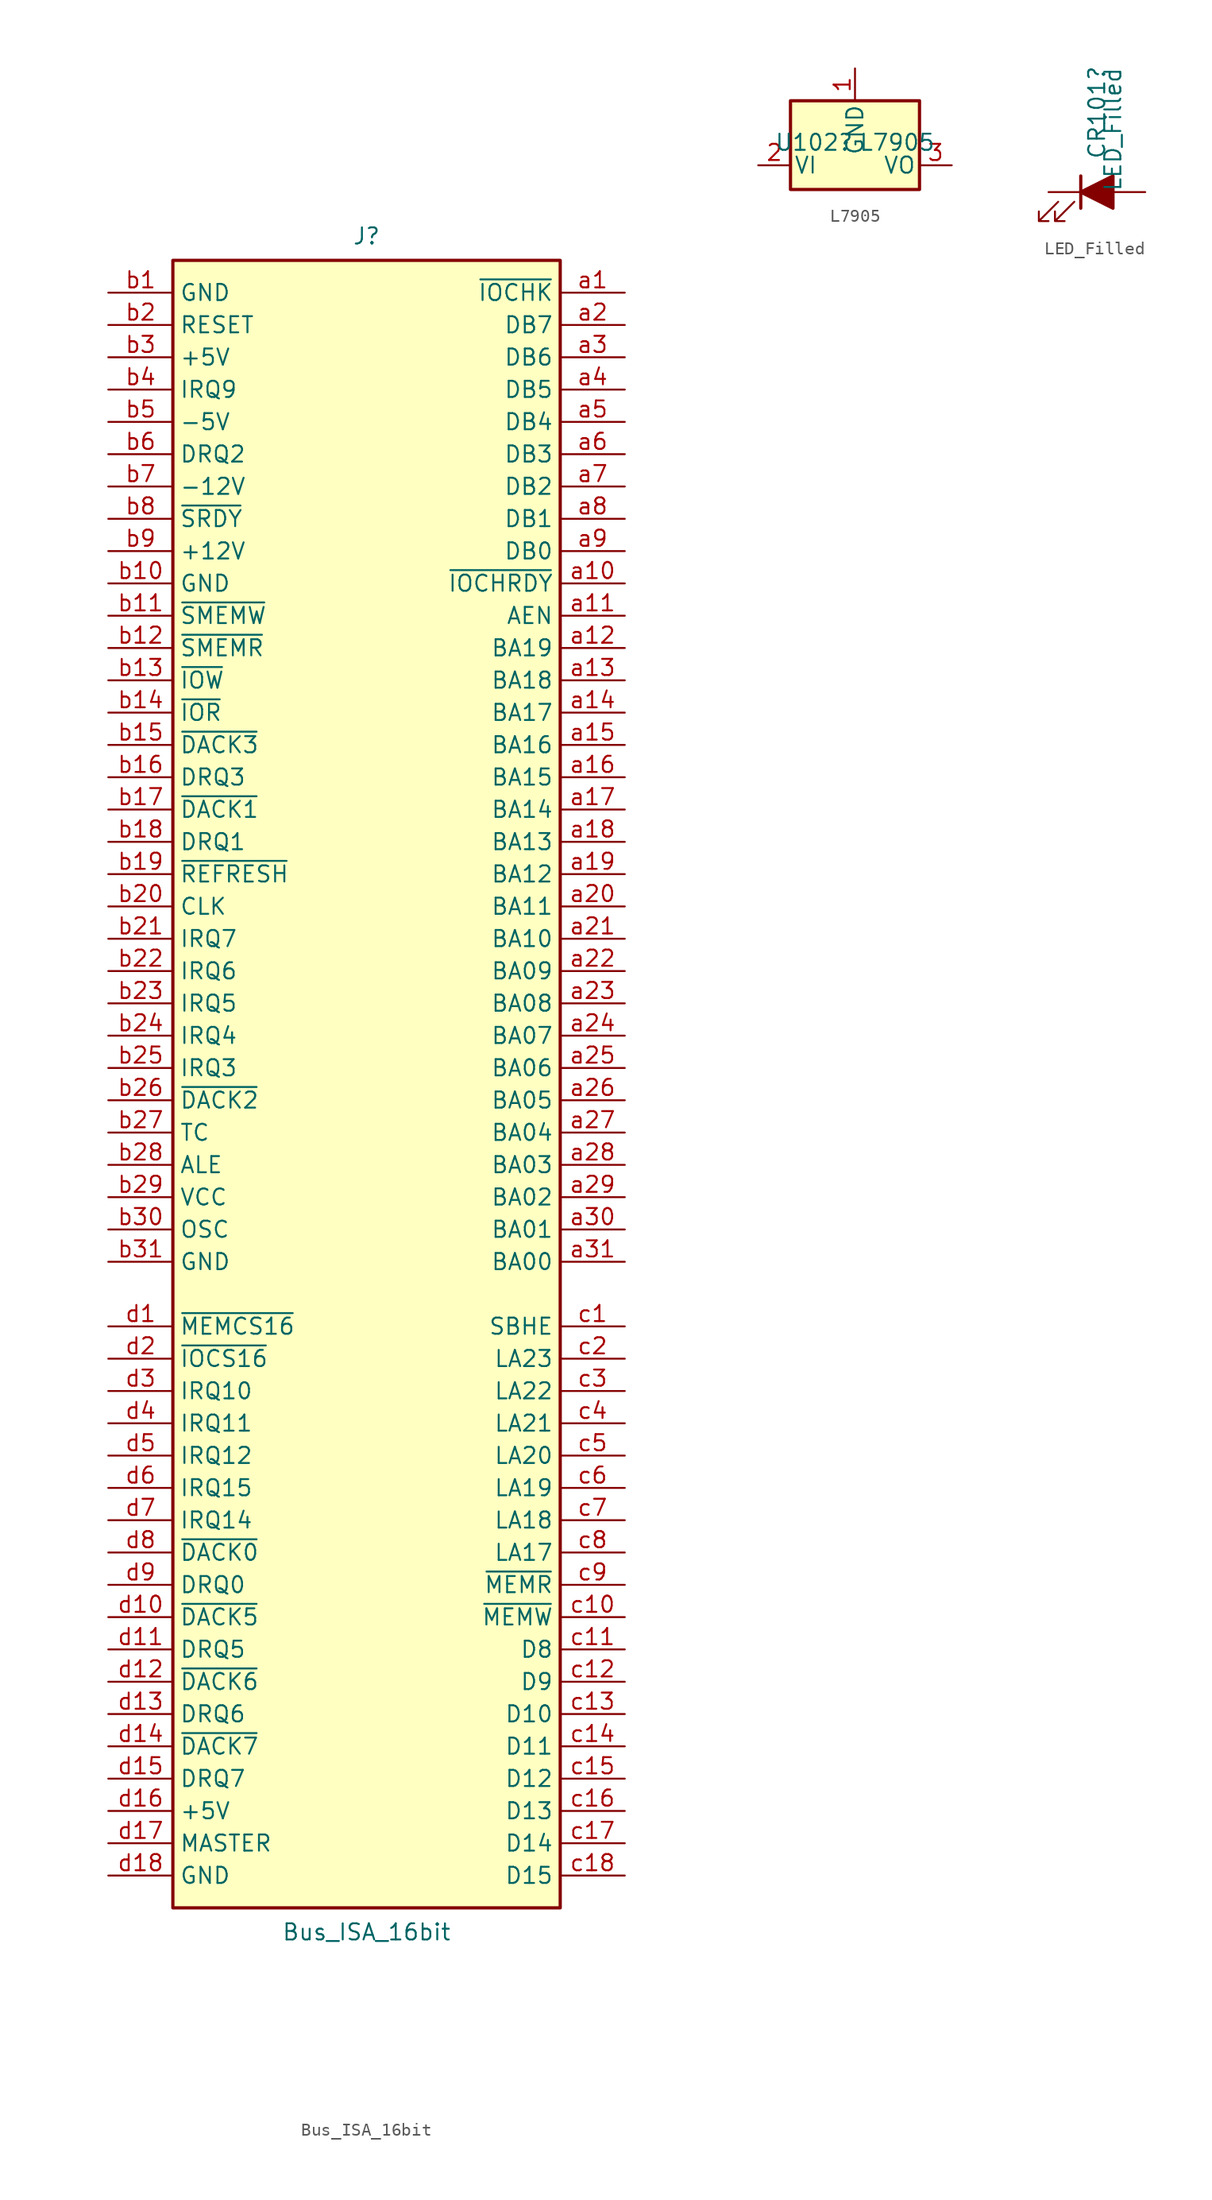
<source format=kicad_sym>
(kicad_symbol_lib
  (version 20211014)
  (generator kicad_symbol_editor)
  (symbol "Bus_ISA_16bit"
    (property "Reference" "J"
      (at 0 67.945 0)
      (effects (font (size 1.27 1.27))))
    (property "Value" "Bus_ISA_16bit"
      (at 0 -65.405 0)
      (effects (font (size 1.27 1.27))))
    (symbol "Bus_ISA_16bit_0_1"
      (rectangle (start -15.24 -63.5) (end 15.24 66.04) (stroke (width 0.254) (type default) (color 0 0 0 0)) (fill (type background))))
    (symbol "Bus_ISA_16bit_1_1"
      (pin output line (at 20.32 63.5 180) (length 5.08) (name "~{IOCHK}" (effects (font (size 1.27 1.27)))) (number "a1" (effects (font (size 1.27 1.27)))))
      (pin output line (at 20.32 40.64 180) (length 5.08) (name "~{IOCHRDY}" (effects (font (size 1.27 1.27)))) (number "a10" (effects (font (size 1.27 1.27)))))
      (pin input line (at 20.32 38.1 180) (length 5.08) (name "AEN" (effects (font (size 1.27 1.27)))) (number "a11" (effects (font (size 1.27 1.27)))))
      (pin input line (at 20.32 35.56 180) (length 5.08) (name "BA19" (effects (font (size 1.27 1.27)))) (number "a12" (effects (font (size 1.27 1.27)))))
      (pin input line (at 20.32 33.02 180) (length 5.08) (name "BA18" (effects (font (size 1.27 1.27)))) (number "a13" (effects (font (size 1.27 1.27)))))
      (pin input line (at 20.32 30.48 180) (length 5.08) (name "BA17" (effects (font (size 1.27 1.27)))) (number "a14" (effects (font (size 1.27 1.27)))))
      (pin input line (at 20.32 27.94 180) (length 5.08) (name "BA16" (effects (font (size 1.27 1.27)))) (number "a15" (effects (font (size 1.27 1.27)))))
      (pin input line (at 20.32 25.4 180) (length 5.08) (name "BA15" (effects (font (size 1.27 1.27)))) (number "a16" (effects (font (size 1.27 1.27)))))
      (pin input line (at 20.32 22.86 180) (length 5.08) (name "BA14" (effects (font (size 1.27 1.27)))) (number "a17" (effects (font (size 1.27 1.27)))))
      (pin input line (at 20.32 20.32 180) (length 5.08) (name "BA13" (effects (font (size 1.27 1.27)))) (number "a18" (effects (font (size 1.27 1.27)))))
      (pin input line (at 20.32 17.78 180) (length 5.08) (name "BA12" (effects (font (size 1.27 1.27)))) (number "a19" (effects (font (size 1.27 1.27)))))
      (pin tri_state line (at 20.32 60.96 180) (length 5.08) (name "DB7" (effects (font (size 1.27 1.27)))) (number "a2" (effects (font (size 1.27 1.27)))))
      (pin input line (at 20.32 15.24 180) (length 5.08) (name "BA11" (effects (font (size 1.27 1.27)))) (number "a20" (effects (font (size 1.27 1.27)))))
      (pin input line (at 20.32 12.7 180) (length 5.08) (name "BA10" (effects (font (size 1.27 1.27)))) (number "a21" (effects (font (size 1.27 1.27)))))
      (pin input line (at 20.32 10.16 180) (length 5.08) (name "BA09" (effects (font (size 1.27 1.27)))) (number "a22" (effects (font (size 1.27 1.27)))))
      (pin input line (at 20.32 7.62 180) (length 5.08) (name "BA08" (effects (font (size 1.27 1.27)))) (number "a23" (effects (font (size 1.27 1.27)))))
      (pin input line (at 20.32 5.08 180) (length 5.08) (name "BA07" (effects (font (size 1.27 1.27)))) (number "a24" (effects (font (size 1.27 1.27)))))
      (pin input line (at 20.32 2.54 180) (length 5.08) (name "BA06" (effects (font (size 1.27 1.27)))) (number "a25" (effects (font (size 1.27 1.27)))))
      (pin input line (at 20.32 0 180) (length 5.08) (name "BA05" (effects (font (size 1.27 1.27)))) (number "a26" (effects (font (size 1.27 1.27)))))
      (pin input line (at 20.32 -2.54 180) (length 5.08) (name "BA04" (effects (font (size 1.27 1.27)))) (number "a27" (effects (font (size 1.27 1.27)))))
      (pin input line (at 20.32 -5.08 180) (length 5.08) (name "BA03" (effects (font (size 1.27 1.27)))) (number "a28" (effects (font (size 1.27 1.27)))))
      (pin input line (at 20.32 -7.62 180) (length 5.08) (name "BA02" (effects (font (size 1.27 1.27)))) (number "a29" (effects (font (size 1.27 1.27)))))
      (pin tri_state line (at 20.32 58.42 180) (length 5.08) (name "DB6" (effects (font (size 1.27 1.27)))) (number "a3" (effects (font (size 1.27 1.27)))))
      (pin input line (at 20.32 -10.16 180) (length 5.08) (name "BA01" (effects (font (size 1.27 1.27)))) (number "a30" (effects (font (size 1.27 1.27)))))
      (pin input line (at 20.32 -12.7 180) (length 5.08) (name "BA00" (effects (font (size 1.27 1.27)))) (number "a31" (effects (font (size 1.27 1.27)))))
      (pin tri_state line (at 20.32 55.88 180) (length 5.08) (name "DB5" (effects (font (size 1.27 1.27)))) (number "a4" (effects (font (size 1.27 1.27)))))
      (pin tri_state line (at 20.32 53.34 180) (length 5.08) (name "DB4" (effects (font (size 1.27 1.27)))) (number "a5" (effects (font (size 1.27 1.27)))))
      (pin tri_state line (at 20.32 50.8 180) (length 5.08) (name "DB3" (effects (font (size 1.27 1.27)))) (number "a6" (effects (font (size 1.27 1.27)))))
      (pin tri_state line (at 20.32 48.26 180) (length 5.08) (name "DB2" (effects (font (size 1.27 1.27)))) (number "a7" (effects (font (size 1.27 1.27)))))
      (pin tri_state line (at 20.32 45.72 180) (length 5.08) (name "DB1" (effects (font (size 1.27 1.27)))) (number "a8" (effects (font (size 1.27 1.27)))))
      (pin tri_state line (at 20.32 43.18 180) (length 5.08) (name "DB0" (effects (font (size 1.27 1.27)))) (number "a9" (effects (font (size 1.27 1.27)))))
      (pin power_in line (at -20.32 63.5 0) (length 5.08) (name "GND" (effects (font (size 1.27 1.27)))) (number "b1" (effects (font (size 1.27 1.27)))))
      (pin power_in line (at -20.32 40.64 0) (length 5.08) (name "GND" (effects (font (size 1.27 1.27)))) (number "b10" (effects (font (size 1.27 1.27)))))
      (pin input line (at -20.32 38.1 0) (length 5.08) (name "~{SMEMW}" (effects (font (size 1.27 1.27)))) (number "b11" (effects (font (size 1.27 1.27)))))
      (pin input line (at -20.32 35.56 0) (length 5.08) (name "~{SMEMR}" (effects (font (size 1.27 1.27)))) (number "b12" (effects (font (size 1.27 1.27)))))
      (pin input line (at -20.32 33.02 0) (length 5.08) (name "~{IOW}" (effects (font (size 1.27 1.27)))) (number "b13" (effects (font (size 1.27 1.27)))))
      (pin input line (at -20.32 30.48 0) (length 5.08) (name "~{IOR}" (effects (font (size 1.27 1.27)))) (number "b14" (effects (font (size 1.27 1.27)))))
      (pin input line (at -20.32 27.94 0) (length 5.08) (name "~{DACK3}" (effects (font (size 1.27 1.27)))) (number "b15" (effects (font (size 1.27 1.27)))))
      (pin output line (at -20.32 25.4 0) (length 5.08) (name "DRQ3" (effects (font (size 1.27 1.27)))) (number "b16" (effects (font (size 1.27 1.27)))))
      (pin input line (at -20.32 22.86 0) (length 5.08) (name "~{DACK1}" (effects (font (size 1.27 1.27)))) (number "b17" (effects (font (size 1.27 1.27)))))
      (pin output line (at -20.32 20.32 0) (length 5.08) (name "DRQ1" (effects (font (size 1.27 1.27)))) (number "b18" (effects (font (size 1.27 1.27)))))
      (pin tri_state line (at -20.32 17.78 0) (length 5.08) (name "~{REFRESH}" (effects (font (size 1.27 1.27)))) (number "b19" (effects (font (size 1.27 1.27)))))
      (pin input line (at -20.32 60.96 0) (length 5.08) (name "RESET" (effects (font (size 1.27 1.27)))) (number "b2" (effects (font (size 1.27 1.27)))))
      (pin input line (at -20.32 15.24 0) (length 5.08) (name "CLK" (effects (font (size 1.27 1.27)))) (number "b20" (effects (font (size 1.27 1.27)))))
      (pin output line (at -20.32 12.7 0) (length 5.08) (name "IRQ7" (effects (font (size 1.27 1.27)))) (number "b21" (effects (font (size 1.27 1.27)))))
      (pin output line (at -20.32 10.16 0) (length 5.08) (name "IRQ6" (effects (font (size 1.27 1.27)))) (number "b22" (effects (font (size 1.27 1.27)))))
      (pin output line (at -20.32 7.62 0) (length 5.08) (name "IRQ5" (effects (font (size 1.27 1.27)))) (number "b23" (effects (font (size 1.27 1.27)))))
      (pin output line (at -20.32 5.08 0) (length 5.08) (name "IRQ4" (effects (font (size 1.27 1.27)))) (number "b24" (effects (font (size 1.27 1.27)))))
      (pin output line (at -20.32 2.54 0) (length 5.08) (name "IRQ3" (effects (font (size 1.27 1.27)))) (number "b25" (effects (font (size 1.27 1.27)))))
      (pin input line (at -20.32 0 0) (length 5.08) (name "~{DACK2}" (effects (font (size 1.27 1.27)))) (number "b26" (effects (font (size 1.27 1.27)))))
      (pin input line (at -20.32 -2.54 0) (length 5.08) (name "TC" (effects (font (size 1.27 1.27)))) (number "b27" (effects (font (size 1.27 1.27)))))
      (pin input line (at -20.32 -5.08 0) (length 5.08) (name "ALE" (effects (font (size 1.27 1.27)))) (number "b28" (effects (font (size 1.27 1.27)))))
      (pin power_in line (at -20.32 -7.62 0) (length 5.08) (name "VCC" (effects (font (size 1.27 1.27)))) (number "b29" (effects (font (size 1.27 1.27)))))
      (pin power_in line (at -20.32 58.42 0) (length 5.08) (name "+5V" (effects (font (size 1.27 1.27)))) (number "b3" (effects (font (size 1.27 1.27)))))
      (pin input line (at -20.32 -10.16 0) (length 5.08) (name "OSC" (effects (font (size 1.27 1.27)))) (number "b30" (effects (font (size 1.27 1.27)))))
      (pin power_in line (at -20.32 -12.7 0) (length 5.08) (name "GND" (effects (font (size 1.27 1.27)))) (number "b31" (effects (font (size 1.27 1.27)))))
      (pin output line (at -20.32 55.88 0) (length 5.08) (name "IRQ9" (effects (font (size 1.27 1.27)))) (number "b4" (effects (font (size 1.27 1.27)))))
      (pin power_in line (at -20.32 53.34 0) (length 5.08) (name "-5V" (effects (font (size 1.27 1.27)))) (number "b5" (effects (font (size 1.27 1.27)))))
      (pin output line (at -20.32 50.8 0) (length 5.08) (name "DRQ2" (effects (font (size 1.27 1.27)))) (number "b6" (effects (font (size 1.27 1.27)))))
      (pin power_in line (at -20.32 48.26 0) (length 5.08) (name "-12V" (effects (font (size 1.27 1.27)))) (number "b7" (effects (font (size 1.27 1.27)))))
      (pin output line (at -20.32 45.72 0) (length 5.08) (name "~{SRDY}" (effects (font (size 1.27 1.27)))) (number "b8" (effects (font (size 1.27 1.27)))))
      (pin power_in line (at -20.32 43.18 0) (length 5.08) (name "+12V" (effects (font (size 1.27 1.27)))) (number "b9" (effects (font (size 1.27 1.27)))))
      (pin tri_state line (at 20.32 -17.78 180) (length 5.08) (name "SBHE" (effects (font (size 1.27 1.27)))) (number "c1" (effects (font (size 1.27 1.27)))))
      (pin tri_state line (at 20.32 -40.64 180) (length 5.08) (name "~{MEMW}" (effects (font (size 1.27 1.27)))) (number "c10" (effects (font (size 1.27 1.27)))))
      (pin tri_state line (at 20.32 -43.18 180) (length 5.08) (name "D8" (effects (font (size 1.27 1.27)))) (number "c11" (effects (font (size 1.27 1.27)))))
      (pin tri_state line (at 20.32 -45.72 180) (length 5.08) (name "D9" (effects (font (size 1.27 1.27)))) (number "c12" (effects (font (size 1.27 1.27)))))
      (pin tri_state line (at 20.32 -48.26 180) (length 5.08) (name "D10" (effects (font (size 1.27 1.27)))) (number "c13" (effects (font (size 1.27 1.27)))))
      (pin tri_state line (at 20.32 -50.8 180) (length 5.08) (name "D11" (effects (font (size 1.27 1.27)))) (number "c14" (effects (font (size 1.27 1.27)))))
      (pin tri_state line (at 20.32 -53.34 180) (length 5.08) (name "D12" (effects (font (size 1.27 1.27)))) (number "c15" (effects (font (size 1.27 1.27)))))
      (pin tri_state line (at 20.32 -55.88 180) (length 5.08) (name "D13" (effects (font (size 1.27 1.27)))) (number "c16" (effects (font (size 1.27 1.27)))))
      (pin tri_state line (at 20.32 -58.42 180) (length 5.08) (name "D14" (effects (font (size 1.27 1.27)))) (number "c17" (effects (font (size 1.27 1.27)))))
      (pin tri_state line (at 20.32 -60.96 180) (length 5.08) (name "D15" (effects (font (size 1.27 1.27)))) (number "c18" (effects (font (size 1.27 1.27)))))
      (pin tri_state line (at 20.32 -20.32 180) (length 5.08) (name "LA23" (effects (font (size 1.27 1.27)))) (number "c2" (effects (font (size 1.27 1.27)))))
      (pin tri_state line (at 20.32 -22.86 180) (length 5.08) (name "LA22" (effects (font (size 1.27 1.27)))) (number "c3" (effects (font (size 1.27 1.27)))))
      (pin tri_state line (at 20.32 -25.4 180) (length 5.08) (name "LA21" (effects (font (size 1.27 1.27)))) (number "c4" (effects (font (size 1.27 1.27)))))
      (pin tri_state line (at 20.32 -27.94 180) (length 5.08) (name "LA20" (effects (font (size 1.27 1.27)))) (number "c5" (effects (font (size 1.27 1.27)))))
      (pin tri_state line (at 20.32 -30.48 180) (length 5.08) (name "LA19" (effects (font (size 1.27 1.27)))) (number "c6" (effects (font (size 1.27 1.27)))))
      (pin tri_state line (at 20.32 -33.02 180) (length 5.08) (name "LA18" (effects (font (size 1.27 1.27)))) (number "c7" (effects (font (size 1.27 1.27)))))
      (pin tri_state line (at 20.32 -35.56 180) (length 5.08) (name "LA17" (effects (font (size 1.27 1.27)))) (number "c8" (effects (font (size 1.27 1.27)))))
      (pin tri_state line (at 20.32 -38.1 180) (length 5.08) (name "~{MEMR}" (effects (font (size 1.27 1.27)))) (number "c9" (effects (font (size 1.27 1.27)))))
      (pin output line (at -20.32 -17.78 0) (length 5.08) (name "~{MEMCS16}" (effects (font (size 1.27 1.27)))) (number "d1" (effects (font (size 1.27 1.27)))))
      (pin input line (at -20.32 -40.64 0) (length 5.08) (name "~{DACK5}" (effects (font (size 1.27 1.27)))) (number "d10" (effects (font (size 1.27 1.27)))))
      (pin output line (at -20.32 -43.18 0) (length 5.08) (name "DRQ5" (effects (font (size 1.27 1.27)))) (number "d11" (effects (font (size 1.27 1.27)))))
      (pin input line (at -20.32 -45.72 0) (length 5.08) (name "~{DACK6}" (effects (font (size 1.27 1.27)))) (number "d12" (effects (font (size 1.27 1.27)))))
      (pin output line (at -20.32 -48.26 0) (length 5.08) (name "DRQ6" (effects (font (size 1.27 1.27)))) (number "d13" (effects (font (size 1.27 1.27)))))
      (pin input line (at -20.32 -50.8 0) (length 5.08) (name "~{DACK7}" (effects (font (size 1.27 1.27)))) (number "d14" (effects (font (size 1.27 1.27)))))
      (pin output line (at -20.32 -53.34 0) (length 5.08) (name "DRQ7" (effects (font (size 1.27 1.27)))) (number "d15" (effects (font (size 1.27 1.27)))))
      (pin power_in line (at -20.32 -55.88 0) (length 5.08) (name "+5V" (effects (font (size 1.27 1.27)))) (number "d16" (effects (font (size 1.27 1.27)))))
      (pin output line (at -20.32 -58.42 0) (length 5.08) (name "MASTER" (effects (font (size 1.27 1.27)))) (number "d17" (effects (font (size 1.27 1.27)))))
      (pin power_in line (at -20.32 -60.96 0) (length 5.08) (name "GND" (effects (font (size 1.27 1.27)))) (number "d18" (effects (font (size 1.27 1.27)))))
      (pin output line (at -20.32 -20.32 0) (length 5.08) (name "~{IOCS16}" (effects (font (size 1.27 1.27)))) (number "d2" (effects (font (size 1.27 1.27)))))
      (pin output line (at -20.32 -22.86 0) (length 5.08) (name "IRQ10" (effects (font (size 1.27 1.27)))) (number "d3" (effects (font (size 1.27 1.27)))))
      (pin output line (at -20.32 -25.4 0) (length 5.08) (name "IRQ11" (effects (font (size 1.27 1.27)))) (number "d4" (effects (font (size 1.27 1.27)))))
      (pin output line (at -20.32 -27.94 0) (length 5.08) (name "IRQ12" (effects (font (size 1.27 1.27)))) (number "d5" (effects (font (size 1.27 1.27)))))
      (pin output line (at -20.32 -30.48 0) (length 5.08) (name "IRQ15" (effects (font (size 1.27 1.27)))) (number "d6" (effects (font (size 1.27 1.27)))))
      (pin output line (at -20.32 -33.02 0) (length 5.08) (name "IRQ14" (effects (font (size 1.27 1.27)))) (number "d7" (effects (font (size 1.27 1.27)))))
      (pin input line (at -20.32 -35.56 0) (length 5.08) (name "~{DACK0}" (effects (font (size 1.27 1.27)))) (number "d8" (effects (font (size 1.27 1.27)))))
      (pin output line (at -20.32 -38.1 0) (length 5.08) (name "DRQ0" (effects (font (size 1.27 1.27)))) (number "d9" (effects (font (size 1.27 1.27)))))))
  (symbol "L7905"
    (pin_names
      (offset 0.254))
    (property "Reference" "U102"
      (at -6.35 2.54 0)
      (effects (font (size 1.27 1.27)) (justify left top)))
    (property "Value" "L7905"
      (at 6.35 2.54 0)
      (effects (font (size 1.27 1.27)) (justify right top)))
    (property "Datasheet" ""
      (at 0 0 0)
      (effects (font (size 1.27 1.27))))
    (symbol "L7905_0_1"
      (rectangle (start -5.08 5.08) (end 5.08 -1.905) (stroke (width 0.254) (type default) (color 0 0 0 0)) (fill (type background))))
    (symbol "L7905_1_1"
      (pin power_in line (at 0 7.62 270) (length 2.54) (name "GND" (effects (font (size 1.27 1.27)))) (number "1" (effects (font (size 1.27 1.27)))))
      (pin power_in line (at -7.62 0 0) (length 2.54) (name "VI" (effects (font (size 1.27 1.27)))) (number "2" (effects (font (size 1.27 1.27)))))
      (pin power_out line (at 7.62 0 180) (length 2.54) (name "VO" (effects (font (size 1.27 1.27)))) (number "3" (effects (font (size 1.27 1.27)))))))
  (symbol "LED_Filled"
    (pin_numbers hide)
    (pin_names
      (offset 1.016) hide)
    (property "Reference" "CR101"
      (at 0 2.54 90)
      (effects (font (size 1.27 1.27)) (justify left)))
    (property "Value" "LED_Filled"
      (at 1.27 0 90)
      (effects (font (size 1.27 1.27)) (justify left)))
    (property "Datasheet" ""
      (at 0 0 0)
      (effects (font (size 1.27 1.27))))
    (symbol "LED_Filled_0_1"
      (polyline (pts (xy -1.27 -1.27) (xy -1.27 1.27)) (stroke (width 0.254) (type default) (color 0 0 0 0)) (fill (type none)))
      (polyline (pts (xy -1.27 0) (xy 1.27 0)) (stroke (width 0) (type default) (color 0 0 0 0)) (fill (type none)))
      (polyline (pts (xy 1.27 -1.27) (xy 1.27 1.27) (xy -1.27 0) (xy 1.27 -1.27)) (stroke (width 0.254) (type default) (color 0 0 0 0)) (fill (type outline)))
      (polyline (pts (xy -3.048 -0.762) (xy -4.572 -2.286) (xy -3.81 -2.286) (xy -4.572 -2.286) (xy -4.572 -1.524)) (stroke (width 0) (type default) (color 0 0 0 0)) (fill (type none)))
      (polyline (pts (xy -1.778 -0.762) (xy -3.302 -2.286) (xy -2.54 -2.286) (xy -3.302 -2.286) (xy -3.302 -1.524)) (stroke (width 0) (type default) (color 0 0 0 0)) (fill (type none))))
    (symbol "LED_Filled_1_1"
      (pin passive line (at -3.81 0 0) (length 2.54) (name "K" (effects (font (size 1.27 1.27)))) (number "1" (effects (font (size 1.27 1.27)))))
      (pin passive line (at 3.81 0 180) (length 2.54) (name "A" (effects (font (size 1.27 1.27)))) (number "2" (effects (font (size 1.27 1.27))))))))
</source>
